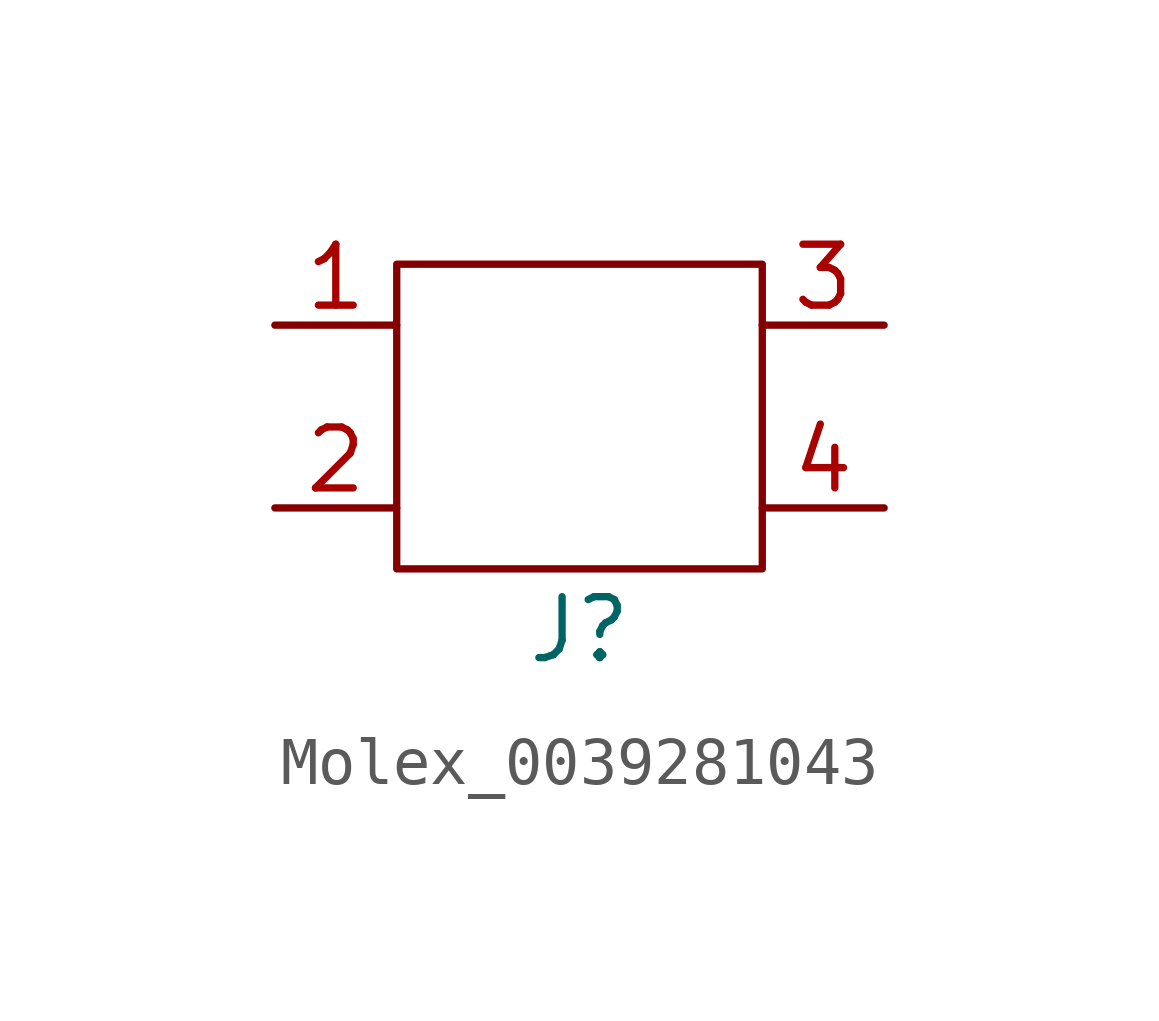
<source format=kicad_sym>
(kicad_symbol_lib
  (version 20220914)
  (generator kicad_symbol_editor)
  (symbol "Molex_0039281043"
    (property "Reference" "J"
      (at 0 0 0)
      (effects (font (size 1.27 1.27))))
    (property "Value" ""
      (at 0 0 0)
      (effects (font (size 1.27 1.27))))
    (symbol "Molex_0039281043_0_1"
      (rectangle (start -3.81 7.62) (end 3.81 1.27) (stroke (width 0) (type default)) (fill (type none))))
    (symbol "Molex_0039281043_1_1"
      (pin unspecified line (at -6.35 6.35 0) (length 2.54) (name "" (effects (font (size 1.27 1.27)))) (number "1" (effects (font (size 1.27 1.27)))))
      (pin unspecified line (at -6.35 2.54 0) (length 2.54) (name "" (effects (font (size 1.27 1.27)))) (number "2" (effects (font (size 1.27 1.27)))))
      (pin unspecified line (at 6.35 6.35 180) (length 2.54) (name "" (effects (font (size 1.27 1.27)))) (number "3" (effects (font (size 1.27 1.27)))))
      (pin unspecified line (at 6.35 2.54 180) (length 2.54) (name "" (effects (font (size 1.27 1.27)))) (number "4" (effects (font (size 1.27 1.27))))))))
</source>
